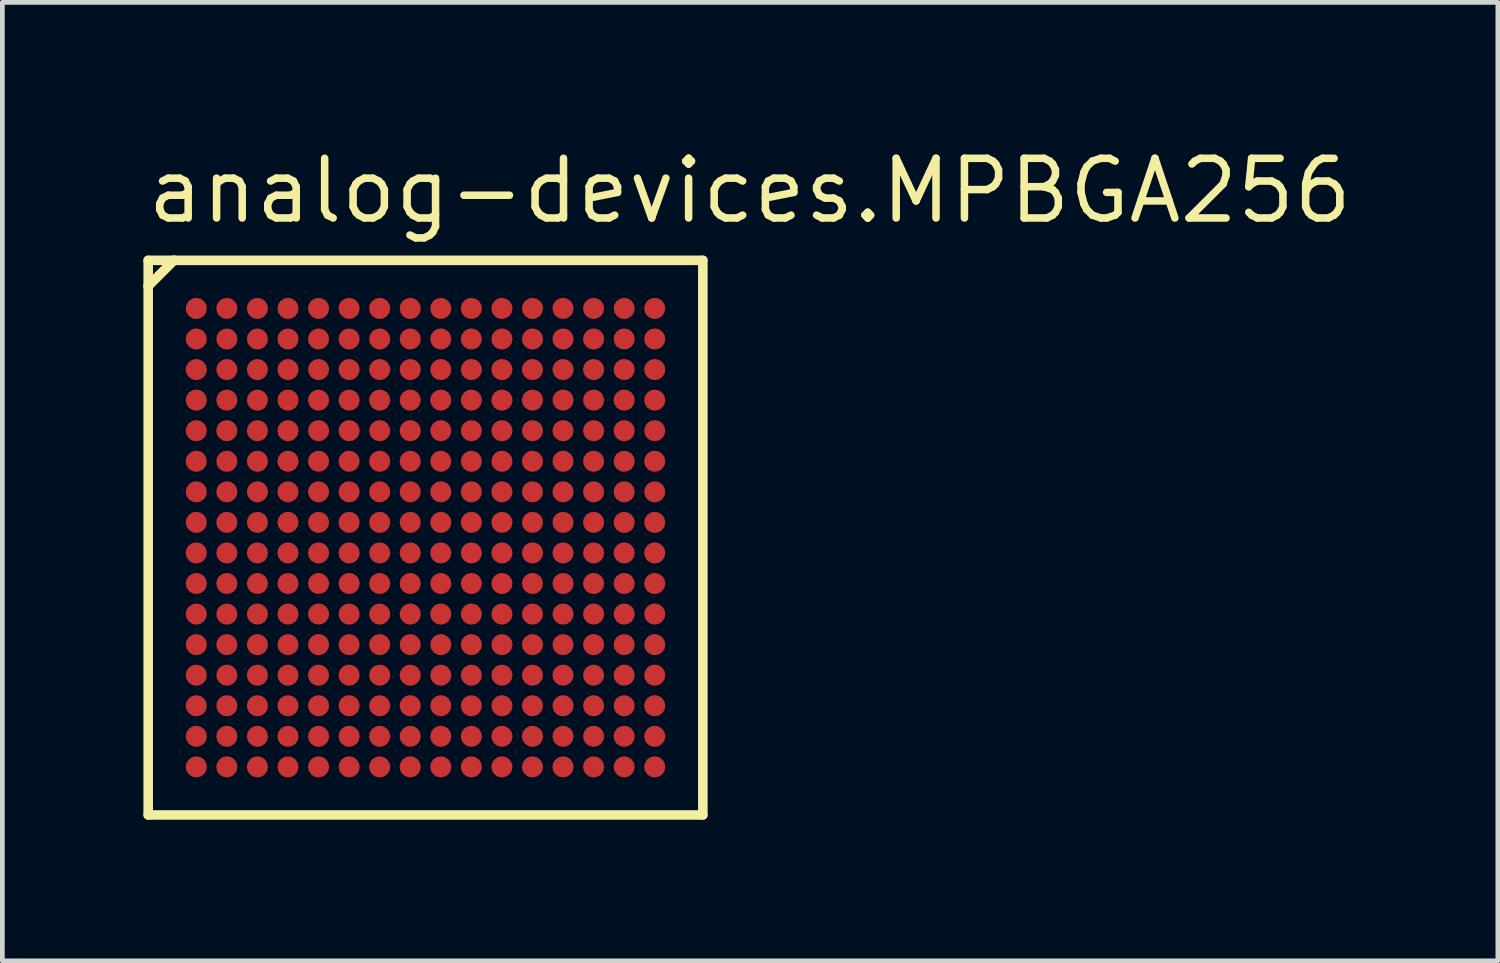
<source format=kicad_pcb>
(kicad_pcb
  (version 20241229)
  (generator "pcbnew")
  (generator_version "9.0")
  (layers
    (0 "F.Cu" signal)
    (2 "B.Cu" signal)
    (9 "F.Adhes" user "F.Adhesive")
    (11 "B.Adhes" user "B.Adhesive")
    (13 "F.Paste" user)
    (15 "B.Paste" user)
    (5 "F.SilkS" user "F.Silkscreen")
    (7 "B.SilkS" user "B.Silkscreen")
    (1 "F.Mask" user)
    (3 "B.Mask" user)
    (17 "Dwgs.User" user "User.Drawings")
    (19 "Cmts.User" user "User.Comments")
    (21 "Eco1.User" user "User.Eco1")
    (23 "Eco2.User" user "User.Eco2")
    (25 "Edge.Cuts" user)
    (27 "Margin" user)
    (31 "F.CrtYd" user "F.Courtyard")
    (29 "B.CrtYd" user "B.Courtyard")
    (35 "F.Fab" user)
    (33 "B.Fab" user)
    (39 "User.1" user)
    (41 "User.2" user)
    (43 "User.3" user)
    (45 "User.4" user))
  (footprint "analog-devices.MPBGA256"
    (layer "F.Cu")
    (at 6 8.385)
    (property "Reference" "analog-devices.MPBGA256" (at -6 -6.635 0) (layer "F.SilkS") (effects (font (size 1.27 1.27) (thickness 0.16)) (justify left bottom)))
    (attr smd)
    (fp_circle (center -4.875 -4.875) (end -4.65 -4.875) (stroke (width 0.1) (type default)) (fill no) (layer "F.Mask"))
    (fp_circle (center -4.875 -4.225) (end -4.65 -4.225) (stroke (width 0.1) (type default)) (fill no) (layer "F.Mask"))
    (fp_circle (center -4.875 -3.575) (end -4.65 -3.575) (stroke (width 0.1) (type default)) (fill no) (layer "F.Mask"))
    (fp_circle (center -4.875 -2.925) (end -4.65 -2.925) (stroke (width 0.1) (type default)) (fill no) (layer "F.Mask"))
    (fp_circle (center -4.875 -2.275) (end -4.65 -2.275) (stroke (width 0.1) (type default)) (fill no) (layer "F.Mask"))
    (fp_circle (center -4.875 -1.625) (end -4.65 -1.625) (stroke (width 0.1) (type default)) (fill no) (layer "F.Mask"))
    (fp_circle (center -4.875 -0.975) (end -4.65 -0.975) (stroke (width 0.1) (type default)) (fill no) (layer "F.Mask"))
    (fp_circle (center -4.875 -0.325) (end -4.65 -0.325) (stroke (width 0.1) (type default)) (fill no) (layer "F.Mask"))
    (fp_circle (center -4.875 0.325) (end -4.65 0.325) (stroke (width 0.1) (type default)) (fill no) (layer "F.Mask"))
    (fp_circle (center -4.875 0.975) (end -4.65 0.975) (stroke (width 0.1) (type default)) (fill no) (layer "F.Mask"))
    (fp_circle (center -4.875 1.625) (end -4.65 1.625) (stroke (width 0.1) (type default)) (fill no) (layer "F.Mask"))
    (fp_circle (center -4.875 2.275) (end -4.65 2.275) (stroke (width 0.1) (type default)) (fill no) (layer "F.Mask"))
    (fp_circle (center -4.875 2.925) (end -4.65 2.925) (stroke (width 0.1) (type default)) (fill no) (layer "F.Mask"))
    (fp_circle (center -4.875 3.575) (end -4.65 3.575) (stroke (width 0.1) (type default)) (fill no) (layer "F.Mask"))
    (fp_circle (center -4.875 4.225) (end -4.65 4.225) (stroke (width 0.1) (type default)) (fill no) (layer "F.Mask"))
    (fp_circle (center -4.875 4.875) (end -4.65 4.875) (stroke (width 0.1) (type default)) (fill no) (layer "F.Mask"))
    (fp_circle (center -4.225 -4.875) (end -4 -4.875) (stroke (width 0.1) (type default)) (fill no) (layer "F.Mask"))
    (fp_circle (center -4.225 -4.225) (end -4 -4.225) (stroke (width 0.1) (type default)) (fill no) (layer "F.Mask"))
    (fp_circle (center -4.225 -3.575) (end -4 -3.575) (stroke (width 0.1) (type default)) (fill no) (layer "F.Mask"))
    (fp_circle (center -4.225 -2.925) (end -4 -2.925) (stroke (width 0.1) (type default)) (fill no) (layer "F.Mask"))
    (fp_circle (center -4.225 -2.275) (end -4 -2.275) (stroke (width 0.1) (type default)) (fill no) (layer "F.Mask"))
    (fp_circle (center -4.225 -1.625) (end -4 -1.625) (stroke (width 0.1) (type default)) (fill no) (layer "F.Mask"))
    (fp_circle (center -4.225 -0.975) (end -4 -0.975) (stroke (width 0.1) (type default)) (fill no) (layer "F.Mask"))
    (fp_circle (center -4.225 -0.325) (end -4 -0.325) (stroke (width 0.1) (type default)) (fill no) (layer "F.Mask"))
    (fp_circle (center -4.225 0.325) (end -4 0.325) (stroke (width 0.1) (type default)) (fill no) (layer "F.Mask"))
    (fp_circle (center -4.225 0.975) (end -4 0.975) (stroke (width 0.1) (type default)) (fill no) (layer "F.Mask"))
    (fp_circle (center -4.225 1.625) (end -4 1.625) (stroke (width 0.1) (type default)) (fill no) (layer "F.Mask"))
    (fp_circle (center -4.225 2.275) (end -4 2.275) (stroke (width 0.1) (type default)) (fill no) (layer "F.Mask"))
    (fp_circle (center -4.225 2.925) (end -4 2.925) (stroke (width 0.1) (type default)) (fill no) (layer "F.Mask"))
    (fp_circle (center -4.225 3.575) (end -4 3.575) (stroke (width 0.1) (type default)) (fill no) (layer "F.Mask"))
    (fp_circle (center -4.225 4.225) (end -4 4.225) (stroke (width 0.1) (type default)) (fill no) (layer "F.Mask"))
    (fp_circle (center -4.225 4.875) (end -4 4.875) (stroke (width 0.1) (type default)) (fill no) (layer "F.Mask"))
    (fp_circle (center -3.575 -4.875) (end -3.35 -4.875) (stroke (width 0.1) (type default)) (fill no) (layer "F.Mask"))
    (fp_circle (center -3.575 -4.225) (end -3.35 -4.225) (stroke (width 0.1) (type default)) (fill no) (layer "F.Mask"))
    (fp_circle (center -3.575 -3.575) (end -3.35 -3.575) (stroke (width 0.1) (type default)) (fill no) (layer "F.Mask"))
    (fp_circle (center -3.575 -2.925) (end -3.35 -2.925) (stroke (width 0.1) (type default)) (fill no) (layer "F.Mask"))
    (fp_circle (center -3.575 -2.275) (end -3.35 -2.275) (stroke (width 0.1) (type default)) (fill no) (layer "F.Mask"))
    (fp_circle (center -3.575 -1.625) (end -3.35 -1.625) (stroke (width 0.1) (type default)) (fill no) (layer "F.Mask"))
    (fp_circle (center -3.575 -0.975) (end -3.35 -0.975) (stroke (width 0.1) (type default)) (fill no) (layer "F.Mask"))
    (fp_circle (center -3.575 -0.325) (end -3.35 -0.325) (stroke (width 0.1) (type default)) (fill no) (layer "F.Mask"))
    (fp_circle (center -3.575 0.325) (end -3.35 0.325) (stroke (width 0.1) (type default)) (fill no) (layer "F.Mask"))
    (fp_circle (center -3.575 0.975) (end -3.35 0.975) (stroke (width 0.1) (type default)) (fill no) (layer "F.Mask"))
    (fp_circle (center -3.575 1.625) (end -3.35 1.625) (stroke (width 0.1) (type default)) (fill no) (layer "F.Mask"))
    (fp_circle (center -3.575 2.275) (end -3.35 2.275) (stroke (width 0.1) (type default)) (fill no) (layer "F.Mask"))
    (fp_circle (center -3.575 2.925) (end -3.35 2.925) (stroke (width 0.1) (type default)) (fill no) (layer "F.Mask"))
    (fp_circle (center -3.575 3.575) (end -3.35 3.575) (stroke (width 0.1) (type default)) (fill no) (layer "F.Mask"))
    (fp_circle (center -3.575 4.225) (end -3.35 4.225) (stroke (width 0.1) (type default)) (fill no) (layer "F.Mask"))
    (fp_circle (center -3.575 4.875) (end -3.35 4.875) (stroke (width 0.1) (type default)) (fill no) (layer "F.Mask"))
    (fp_circle (center -2.925 -4.875) (end -2.7 -4.875) (stroke (width 0.1) (type default)) (fill no) (layer "F.Mask"))
    (fp_circle (center -2.925 -4.225) (end -2.7 -4.225) (stroke (width 0.1) (type default)) (fill no) (layer "F.Mask"))
    (fp_circle (center -2.925 -3.575) (end -2.7 -3.575) (stroke (width 0.1) (type default)) (fill no) (layer "F.Mask"))
    (fp_circle (center -2.925 -2.925) (end -2.7 -2.925) (stroke (width 0.1) (type default)) (fill no) (layer "F.Mask"))
    (fp_circle (center -2.925 -2.275) (end -2.7 -2.275) (stroke (width 0.1) (type default)) (fill no) (layer "F.Mask"))
    (fp_circle (center -2.925 -1.625) (end -2.7 -1.625) (stroke (width 0.1) (type default)) (fill no) (layer "F.Mask"))
    (fp_circle (center -2.925 -0.975) (end -2.7 -0.975) (stroke (width 0.1) (type default)) (fill no) (layer "F.Mask"))
    (fp_circle (center -2.925 -0.325) (end -2.7 -0.325) (stroke (width 0.1) (type default)) (fill no) (layer "F.Mask"))
    (fp_circle (center -2.925 0.325) (end -2.7 0.325) (stroke (width 0.1) (type default)) (fill no) (layer "F.Mask"))
    (fp_circle (center -2.925 0.975) (end -2.7 0.975) (stroke (width 0.1) (type default)) (fill no) (layer "F.Mask"))
    (fp_circle (center -2.925 1.625) (end -2.7 1.625) (stroke (width 0.1) (type default)) (fill no) (layer "F.Mask"))
    (fp_circle (center -2.925 2.275) (end -2.7 2.275) (stroke (width 0.1) (type default)) (fill no) (layer "F.Mask"))
    (fp_circle (center -2.925 2.925) (end -2.7 2.925) (stroke (width 0.1) (type default)) (fill no) (layer "F.Mask"))
    (fp_circle (center -2.925 3.575) (end -2.7 3.575) (stroke (width 0.1) (type default)) (fill no) (layer "F.Mask"))
    (fp_circle (center -2.925 4.225) (end -2.7 4.225) (stroke (width 0.1) (type default)) (fill no) (layer "F.Mask"))
    (fp_circle (center -2.925 4.875) (end -2.7 4.875) (stroke (width 0.1) (type default)) (fill no) (layer "F.Mask"))
    (fp_circle (center -2.275 -4.875) (end -2.05 -4.875) (stroke (width 0.1) (type default)) (fill no) (layer "F.Mask"))
    (fp_circle (center -2.275 -4.225) (end -2.05 -4.225) (stroke (width 0.1) (type default)) (fill no) (layer "F.Mask"))
    (fp_circle (center -2.275 -3.575) (end -2.05 -3.575) (stroke (width 0.1) (type default)) (fill no) (layer "F.Mask"))
    (fp_circle (center -2.275 -2.925) (end -2.05 -2.925) (stroke (width 0.1) (type default)) (fill no) (layer "F.Mask"))
    (fp_circle (center -2.275 -2.275) (end -2.05 -2.275) (stroke (width 0.1) (type default)) (fill no) (layer "F.Mask"))
    (fp_circle (center -2.275 -1.625) (end -2.05 -1.625) (stroke (width 0.1) (type default)) (fill no) (layer "F.Mask"))
    (fp_circle (center -2.275 -0.975) (end -2.05 -0.975) (stroke (width 0.1) (type default)) (fill no) (layer "F.Mask"))
    (fp_circle (center -2.275 -0.325) (end -2.05 -0.325) (stroke (width 0.1) (type default)) (fill no) (layer "F.Mask"))
    (fp_circle (center -2.275 0.325) (end -2.05 0.325) (stroke (width 0.1) (type default)) (fill no) (layer "F.Mask"))
    (fp_circle (center -2.275 0.975) (end -2.05 0.975) (stroke (width 0.1) (type default)) (fill no) (layer "F.Mask"))
    (fp_circle (center -2.275 1.625) (end -2.05 1.625) (stroke (width 0.1) (type default)) (fill no) (layer "F.Mask"))
    (fp_circle (center -2.275 2.275) (end -2.05 2.275) (stroke (width 0.1) (type default)) (fill no) (layer "F.Mask"))
    (fp_circle (center -2.275 2.925) (end -2.05 2.925) (stroke (width 0.1) (type default)) (fill no) (layer "F.Mask"))
    (fp_circle (center -2.275 3.575) (end -2.05 3.575) (stroke (width 0.1) (type default)) (fill no) (layer "F.Mask"))
    (fp_circle (center -2.275 4.225) (end -2.05 4.225) (stroke (width 0.1) (type default)) (fill no) (layer "F.Mask"))
    (fp_circle (center -2.275 4.875) (end -2.05 4.875) (stroke (width 0.1) (type default)) (fill no) (layer "F.Mask"))
    (fp_circle (center -1.625 -4.875) (end -1.4 -4.875) (stroke (width 0.1) (type default)) (fill no) (layer "F.Mask"))
    (fp_circle (center -1.625 -4.225) (end -1.4 -4.225) (stroke (width 0.1) (type default)) (fill no) (layer "F.Mask"))
    (fp_circle (center -1.625 -3.575) (end -1.4 -3.575) (stroke (width 0.1) (type default)) (fill no) (layer "F.Mask"))
    (fp_circle (center -1.625 -2.925) (end -1.4 -2.925) (stroke (width 0.1) (type default)) (fill no) (layer "F.Mask"))
    (fp_circle (center -1.625 -2.275) (end -1.4 -2.275) (stroke (width 0.1) (type default)) (fill no) (layer "F.Mask"))
    (fp_circle (center -1.625 -1.625) (end -1.4 -1.625) (stroke (width 0.1) (type default)) (fill no) (layer "F.Mask"))
    (fp_circle (center -1.625 -0.975) (end -1.4 -0.975) (stroke (width 0.1) (type default)) (fill no) (layer "F.Mask"))
    (fp_circle (center -1.625 -0.325) (end -1.4 -0.325) (stroke (width 0.1) (type default)) (fill no) (layer "F.Mask"))
    (fp_circle (center -1.625 0.325) (end -1.4 0.325) (stroke (width 0.1) (type default)) (fill no) (layer "F.Mask"))
    (fp_circle (center -1.625 0.975) (end -1.4 0.975) (stroke (width 0.1) (type default)) (fill no) (layer "F.Mask"))
    (fp_circle (center -1.625 1.625) (end -1.4 1.625) (stroke (width 0.1) (type default)) (fill no) (layer "F.Mask"))
    (fp_circle (center -1.625 2.275) (end -1.4 2.275) (stroke (width 0.1) (type default)) (fill no) (layer "F.Mask"))
    (fp_circle (center -1.625 2.925) (end -1.4 2.925) (stroke (width 0.1) (type default)) (fill no) (layer "F.Mask"))
    (fp_circle (center -1.625 3.575) (end -1.4 3.575) (stroke (width 0.1) (type default)) (fill no) (layer "F.Mask"))
    (fp_circle (center -1.625 4.225) (end -1.4 4.225) (stroke (width 0.1) (type default)) (fill no) (layer "F.Mask"))
    (fp_circle (center -1.625 4.875) (end -1.4 4.875) (stroke (width 0.1) (type default)) (fill no) (layer "F.Mask"))
    (fp_circle (center -0.975 -4.875) (end -0.75 -4.875) (stroke (width 0.1) (type default)) (fill no) (layer "F.Mask"))
    (fp_circle (center -0.975 -4.225) (end -0.75 -4.225) (stroke (width 0.1) (type default)) (fill no) (layer "F.Mask"))
    (fp_circle (center -0.975 -3.575) (end -0.75 -3.575) (stroke (width 0.1) (type default)) (fill no) (layer "F.Mask"))
    (fp_circle (center -0.975 -2.925) (end -0.75 -2.925) (stroke (width 0.1) (type default)) (fill no) (layer "F.Mask"))
    (fp_circle (center -0.975 -2.275) (end -0.75 -2.275) (stroke (width 0.1) (type default)) (fill no) (layer "F.Mask"))
    (fp_circle (center -0.975 -1.625) (end -0.75 -1.625) (stroke (width 0.1) (type default)) (fill no) (layer "F.Mask"))
    (fp_circle (center -0.975 -0.975) (end -0.75 -0.975) (stroke (width 0.1) (type default)) (fill no) (layer "F.Mask"))
    (fp_circle (center -0.975 -0.325) (end -0.75 -0.325) (stroke (width 0.1) (type default)) (fill no) (layer "F.Mask"))
    (fp_circle (center -0.975 0.325) (end -0.75 0.325) (stroke (width 0.1) (type default)) (fill no) (layer "F.Mask"))
    (fp_circle (center -0.975 0.975) (end -0.75 0.975) (stroke (width 0.1) (type default)) (fill no) (layer "F.Mask"))
    (fp_circle (center -0.975 1.625) (end -0.75 1.625) (stroke (width 0.1) (type default)) (fill no) (layer "F.Mask"))
    (fp_circle (center -0.975 2.275) (end -0.75 2.275) (stroke (width 0.1) (type default)) (fill no) (layer "F.Mask"))
    (fp_circle (center -0.975 2.925) (end -0.75 2.925) (stroke (width 0.1) (type default)) (fill no) (layer "F.Mask"))
    (fp_circle (center -0.975 3.575) (end -0.75 3.575) (stroke (width 0.1) (type default)) (fill no) (layer "F.Mask"))
    (fp_circle (center -0.975 4.225) (end -0.75 4.225) (stroke (width 0.1) (type default)) (fill no) (layer "F.Mask"))
    (fp_circle (center -0.975 4.875) (end -0.75 4.875) (stroke (width 0.1) (type default)) (fill no) (layer "F.Mask"))
    (fp_circle (center -0.325 -4.875) (end -0.1 -4.875) (stroke (width 0.1) (type default)) (fill no) (layer "F.Mask"))
    (fp_circle (center -0.325 -4.225) (end -0.1 -4.225) (stroke (width 0.1) (type default)) (fill no) (layer "F.Mask"))
    (fp_circle (center -0.325 -3.575) (end -0.1 -3.575) (stroke (width 0.1) (type default)) (fill no) (layer "F.Mask"))
    (fp_circle (center -0.325 -2.925) (end -0.1 -2.925) (stroke (width 0.1) (type default)) (fill no) (layer "F.Mask"))
    (fp_circle (center -0.325 -2.275) (end -0.1 -2.275) (stroke (width 0.1) (type default)) (fill no) (layer "F.Mask"))
    (fp_circle (center -0.325 -1.625) (end -0.1 -1.625) (stroke (width 0.1) (type default)) (fill no) (layer "F.Mask"))
    (fp_circle (center -0.325 -0.975) (end -0.1 -0.975) (stroke (width 0.1) (type default)) (fill no) (layer "F.Mask"))
    (fp_circle (center -0.325 -0.325) (end -0.1 -0.325) (stroke (width 0.1) (type default)) (fill no) (layer "F.Mask"))
    (fp_circle (center -0.325 0.325) (end -0.1 0.325) (stroke (width 0.1) (type default)) (fill no) (layer "F.Mask"))
    (fp_circle (center -0.325 0.975) (end -0.1 0.975) (stroke (width 0.1) (type default)) (fill no) (layer "F.Mask"))
    (fp_circle (center -0.325 1.625) (end -0.1 1.625) (stroke (width 0.1) (type default)) (fill no) (layer "F.Mask"))
    (fp_circle (center -0.325 2.275) (end -0.1 2.275) (stroke (width 0.1) (type default)) (fill no) (layer "F.Mask"))
    (fp_circle (center -0.325 2.925) (end -0.1 2.925) (stroke (width 0.1) (type default)) (fill no) (layer "F.Mask"))
    (fp_circle (center -0.325 3.575) (end -0.1 3.575) (stroke (width 0.1) (type default)) (fill no) (layer "F.Mask"))
    (fp_circle (center -0.325 4.225) (end -0.1 4.225) (stroke (width 0.1) (type default)) (fill no) (layer "F.Mask"))
    (fp_circle (center -0.325 4.875) (end -0.1 4.875) (stroke (width 0.1) (type default)) (fill no) (layer "F.Mask"))
    (fp_circle (center 0.325 -4.875) (end 0.55 -4.875) (stroke (width 0.1) (type default)) (fill no) (layer "F.Mask"))
    (fp_circle (center 0.325 -4.225) (end 0.55 -4.225) (stroke (width 0.1) (type default)) (fill no) (layer "F.Mask"))
    (fp_circle (center 0.325 -3.575) (end 0.55 -3.575) (stroke (width 0.1) (type default)) (fill no) (layer "F.Mask"))
    (fp_circle (center 0.325 -2.925) (end 0.55 -2.925) (stroke (width 0.1) (type default)) (fill no) (layer "F.Mask"))
    (fp_circle (center 0.325 -2.275) (end 0.55 -2.275) (stroke (width 0.1) (type default)) (fill no) (layer "F.Mask"))
    (fp_circle (center 0.325 -1.625) (end 0.55 -1.625) (stroke (width 0.1) (type default)) (fill no) (layer "F.Mask"))
    (fp_circle (center 0.325 -0.975) (end 0.55 -0.975) (stroke (width 0.1) (type default)) (fill no) (layer "F.Mask"))
    (fp_circle (center 0.325 -0.325) (end 0.55 -0.325) (stroke (width 0.1) (type default)) (fill no) (layer "F.Mask"))
    (fp_circle (center 0.325 0.325) (end 0.55 0.325) (stroke (width 0.1) (type default)) (fill no) (layer "F.Mask"))
    (fp_circle (center 0.325 0.975) (end 0.55 0.975) (stroke (width 0.1) (type default)) (fill no) (layer "F.Mask"))
    (fp_circle (center 0.325 1.625) (end 0.55 1.625) (stroke (width 0.1) (type default)) (fill no) (layer "F.Mask"))
    (fp_circle (center 0.325 2.275) (end 0.55 2.275) (stroke (width 0.1) (type default)) (fill no) (layer "F.Mask"))
    (fp_circle (center 0.325 2.925) (end 0.55 2.925) (stroke (width 0.1) (type default)) (fill no) (layer "F.Mask"))
    (fp_circle (center 0.325 3.575) (end 0.55 3.575) (stroke (width 0.1) (type default)) (fill no) (layer "F.Mask"))
    (fp_circle (center 0.325 4.225) (end 0.55 4.225) (stroke (width 0.1) (type default)) (fill no) (layer "F.Mask"))
    (fp_circle (center 0.325 4.875) (end 0.55 4.875) (stroke (width 0.1) (type default)) (fill no) (layer "F.Mask"))
    (fp_circle (center 0.975 -4.875) (end 1.2 -4.875) (stroke (width 0.1) (type default)) (fill no) (layer "F.Mask"))
    (fp_circle (center 0.975 -4.225) (end 1.2 -4.225) (stroke (width 0.1) (type default)) (fill no) (layer "F.Mask"))
    (fp_circle (center 0.975 -3.575) (end 1.2 -3.575) (stroke (width 0.1) (type default)) (fill no) (layer "F.Mask"))
    (fp_circle (center 0.975 -2.925) (end 1.2 -2.925) (stroke (width 0.1) (type default)) (fill no) (layer "F.Mask"))
    (fp_circle (center 0.975 -2.275) (end 1.2 -2.275) (stroke (width 0.1) (type default)) (fill no) (layer "F.Mask"))
    (fp_circle (center 0.975 -1.625) (end 1.2 -1.625) (stroke (width 0.1) (type default)) (fill no) (layer "F.Mask"))
    (fp_circle (center 0.975 -0.975) (end 1.2 -0.975) (stroke (width 0.1) (type default)) (fill no) (layer "F.Mask"))
    (fp_circle (center 0.975 -0.325) (end 1.2 -0.325) (stroke (width 0.1) (type default)) (fill no) (layer "F.Mask"))
    (fp_circle (center 0.975 0.325) (end 1.2 0.325) (stroke (width 0.1) (type default)) (fill no) (layer "F.Mask"))
    (fp_circle (center 0.975 0.975) (end 1.2 0.975) (stroke (width 0.1) (type default)) (fill no) (layer "F.Mask"))
    (fp_circle (center 0.975 1.625) (end 1.2 1.625) (stroke (width 0.1) (type default)) (fill no) (layer "F.Mask"))
    (fp_circle (center 0.975 2.275) (end 1.2 2.275) (stroke (width 0.1) (type default)) (fill no) (layer "F.Mask"))
    (fp_circle (center 0.975 2.925) (end 1.2 2.925) (stroke (width 0.1) (type default)) (fill no) (layer "F.Mask"))
    (fp_circle (center 0.975 3.575) (end 1.2 3.575) (stroke (width 0.1) (type default)) (fill no) (layer "F.Mask"))
    (fp_circle (center 0.975 4.225) (end 1.2 4.225) (stroke (width 0.1) (type default)) (fill no) (layer "F.Mask"))
    (fp_circle (center 0.975 4.875) (end 1.2 4.875) (stroke (width 0.1) (type default)) (fill no) (layer "F.Mask"))
    (fp_circle (center 1.625 -4.875) (end 1.85 -4.875) (stroke (width 0.1) (type default)) (fill no) (layer "F.Mask"))
    (fp_circle (center 1.625 -4.225) (end 1.85 -4.225) (stroke (width 0.1) (type default)) (fill no) (layer "F.Mask"))
    (fp_circle (center 1.625 -3.575) (end 1.85 -3.575) (stroke (width 0.1) (type default)) (fill no) (layer "F.Mask"))
    (fp_circle (center 1.625 -2.925) (end 1.85 -2.925) (stroke (width 0.1) (type default)) (fill no) (layer "F.Mask"))
    (fp_circle (center 1.625 -2.275) (end 1.85 -2.275) (stroke (width 0.1) (type default)) (fill no) (layer "F.Mask"))
    (fp_circle (center 1.625 -1.625) (end 1.85 -1.625) (stroke (width 0.1) (type default)) (fill no) (layer "F.Mask"))
    (fp_circle (center 1.625 -0.975) (end 1.85 -0.975) (stroke (width 0.1) (type default)) (fill no) (layer "F.Mask"))
    (fp_circle (center 1.625 -0.325) (end 1.85 -0.325) (stroke (width 0.1) (type default)) (fill no) (layer "F.Mask"))
    (fp_circle (center 1.625 0.325) (end 1.85 0.325) (stroke (width 0.1) (type default)) (fill no) (layer "F.Mask"))
    (fp_circle (center 1.625 0.975) (end 1.85 0.975) (stroke (width 0.1) (type default)) (fill no) (layer "F.Mask"))
    (fp_circle (center 1.625 1.625) (end 1.85 1.625) (stroke (width 0.1) (type default)) (fill no) (layer "F.Mask"))
    (fp_circle (center 1.625 2.275) (end 1.85 2.275) (stroke (width 0.1) (type default)) (fill no) (layer "F.Mask"))
    (fp_circle (center 1.625 2.925) (end 1.85 2.925) (stroke (width 0.1) (type default)) (fill no) (layer "F.Mask"))
    (fp_circle (center 1.625 3.575) (end 1.85 3.575) (stroke (width 0.1) (type default)) (fill no) (layer "F.Mask"))
    (fp_circle (center 1.625 4.225) (end 1.85 4.225) (stroke (width 0.1) (type default)) (fill no) (layer "F.Mask"))
    (fp_circle (center 1.625 4.875) (end 1.85 4.875) (stroke (width 0.1) (type default)) (fill no) (layer "F.Mask"))
    (fp_circle (center 2.275 -4.875) (end 2.5 -4.875) (stroke (width 0.1) (type default)) (fill no) (layer "F.Mask"))
    (fp_circle (center 2.275 -4.225) (end 2.5 -4.225) (stroke (width 0.1) (type default)) (fill no) (layer "F.Mask"))
    (fp_circle (center 2.275 -3.575) (end 2.5 -3.575) (stroke (width 0.1) (type default)) (fill no) (layer "F.Mask"))
    (fp_circle (center 2.275 -2.925) (end 2.5 -2.925) (stroke (width 0.1) (type default)) (fill no) (layer "F.Mask"))
    (fp_circle (center 2.275 -2.275) (end 2.5 -2.275) (stroke (width 0.1) (type default)) (fill no) (layer "F.Mask"))
    (fp_circle (center 2.275 -1.625) (end 2.5 -1.625) (stroke (width 0.1) (type default)) (fill no) (layer "F.Mask"))
    (fp_circle (center 2.275 -0.975) (end 2.5 -0.975) (stroke (width 0.1) (type default)) (fill no) (layer "F.Mask"))
    (fp_circle (center 2.275 -0.325) (end 2.5 -0.325) (stroke (width 0.1) (type default)) (fill no) (layer "F.Mask"))
    (fp_circle (center 2.275 0.325) (end 2.5 0.325) (stroke (width 0.1) (type default)) (fill no) (layer "F.Mask"))
    (fp_circle (center 2.275 0.975) (end 2.5 0.975) (stroke (width 0.1) (type default)) (fill no) (layer "F.Mask"))
    (fp_circle (center 2.275 1.625) (end 2.5 1.625) (stroke (width 0.1) (type default)) (fill no) (layer "F.Mask"))
    (fp_circle (center 2.275 2.275) (end 2.5 2.275) (stroke (width 0.1) (type default)) (fill no) (layer "F.Mask"))
    (fp_circle (center 2.275 2.925) (end 2.5 2.925) (stroke (width 0.1) (type default)) (fill no) (layer "F.Mask"))
    (fp_circle (center 2.275 3.575) (end 2.5 3.575) (stroke (width 0.1) (type default)) (fill no) (layer "F.Mask"))
    (fp_circle (center 2.275 4.225) (end 2.5 4.225) (stroke (width 0.1) (type default)) (fill no) (layer "F.Mask"))
    (fp_circle (center 2.275 4.875) (end 2.5 4.875) (stroke (width 0.1) (type default)) (fill no) (layer "F.Mask"))
    (fp_circle (center 2.925 -4.875) (end 3.15 -4.875) (stroke (width 0.1) (type default)) (fill no) (layer "F.Mask"))
    (fp_circle (center 2.925 -4.225) (end 3.15 -4.225) (stroke (width 0.1) (type default)) (fill no) (layer "F.Mask"))
    (fp_circle (center 2.925 -3.575) (end 3.15 -3.575) (stroke (width 0.1) (type default)) (fill no) (layer "F.Mask"))
    (fp_circle (center 2.925 -2.925) (end 3.15 -2.925) (stroke (width 0.1) (type default)) (fill no) (layer "F.Mask"))
    (fp_circle (center 2.925 -2.275) (end 3.15 -2.275) (stroke (width 0.1) (type default)) (fill no) (layer "F.Mask"))
    (fp_circle (center 2.925 -1.625) (end 3.15 -1.625) (stroke (width 0.1) (type default)) (fill no) (layer "F.Mask"))
    (fp_circle (center 2.925 -0.975) (end 3.15 -0.975) (stroke (width 0.1) (type default)) (fill no) (layer "F.Mask"))
    (fp_circle (center 2.925 -0.325) (end 3.15 -0.325) (stroke (width 0.1) (type default)) (fill no) (layer "F.Mask"))
    (fp_circle (center 2.925 0.325) (end 3.15 0.325) (stroke (width 0.1) (type default)) (fill no) (layer "F.Mask"))
    (fp_circle (center 2.925 0.975) (end 3.15 0.975) (stroke (width 0.1) (type default)) (fill no) (layer "F.Mask"))
    (fp_circle (center 2.925 1.625) (end 3.15 1.625) (stroke (width 0.1) (type default)) (fill no) (layer "F.Mask"))
    (fp_circle (center 2.925 2.275) (end 3.15 2.275) (stroke (width 0.1) (type default)) (fill no) (layer "F.Mask"))
    (fp_circle (center 2.925 2.925) (end 3.15 2.925) (stroke (width 0.1) (type default)) (fill no) (layer "F.Mask"))
    (fp_circle (center 2.925 3.575) (end 3.15 3.575) (stroke (width 0.1) (type default)) (fill no) (layer "F.Mask"))
    (fp_circle (center 2.925 4.225) (end 3.15 4.225) (stroke (width 0.1) (type default)) (fill no) (layer "F.Mask"))
    (fp_circle (center 2.925 4.875) (end 3.15 4.875) (stroke (width 0.1) (type default)) (fill no) (layer "F.Mask"))
    (fp_circle (center 3.575 -4.875) (end 3.8 -4.875) (stroke (width 0.1) (type default)) (fill no) (layer "F.Mask"))
    (fp_circle (center 3.575 -4.225) (end 3.8 -4.225) (stroke (width 0.1) (type default)) (fill no) (layer "F.Mask"))
    (fp_circle (center 3.575 -3.575) (end 3.8 -3.575) (stroke (width 0.1) (type default)) (fill no) (layer "F.Mask"))
    (fp_circle (center 3.575 -2.925) (end 3.8 -2.925) (stroke (width 0.1) (type default)) (fill no) (layer "F.Mask"))
    (fp_circle (center 3.575 -2.275) (end 3.8 -2.275) (stroke (width 0.1) (type default)) (fill no) (layer "F.Mask"))
    (fp_circle (center 3.575 -1.625) (end 3.8 -1.625) (stroke (width 0.1) (type default)) (fill no) (layer "F.Mask"))
    (fp_circle (center 3.575 -0.975) (end 3.8 -0.975) (stroke (width 0.1) (type default)) (fill no) (layer "F.Mask"))
    (fp_circle (center 3.575 -0.325) (end 3.8 -0.325) (stroke (width 0.1) (type default)) (fill no) (layer "F.Mask"))
    (fp_circle (center 3.575 0.325) (end 3.8 0.325) (stroke (width 0.1) (type default)) (fill no) (layer "F.Mask"))
    (fp_circle (center 3.575 0.975) (end 3.8 0.975) (stroke (width 0.1) (type default)) (fill no) (layer "F.Mask"))
    (fp_circle (center 3.575 1.625) (end 3.8 1.625) (stroke (width 0.1) (type default)) (fill no) (layer "F.Mask"))
    (fp_circle (center 3.575 2.275) (end 3.8 2.275) (stroke (width 0.1) (type default)) (fill no) (layer "F.Mask"))
    (fp_circle (center 3.575 2.925) (end 3.8 2.925) (stroke (width 0.1) (type default)) (fill no) (layer "F.Mask"))
    (fp_circle (center 3.575 3.575) (end 3.8 3.575) (stroke (width 0.1) (type default)) (fill no) (layer "F.Mask"))
    (fp_circle (center 3.575 4.225) (end 3.8 4.225) (stroke (width 0.1) (type default)) (fill no) (layer "F.Mask"))
    (fp_circle (center 3.575 4.875) (end 3.8 4.875) (stroke (width 0.1) (type default)) (fill no) (layer "F.Mask"))
    (fp_circle (center 4.225 -4.875) (end 4.45 -4.875) (stroke (width 0.1) (type default)) (fill no) (layer "F.Mask"))
    (fp_circle (center 4.225 -4.225) (end 4.45 -4.225) (stroke (width 0.1) (type default)) (fill no) (layer "F.Mask"))
    (fp_circle (center 4.225 -3.575) (end 4.45 -3.575) (stroke (width 0.1) (type default)) (fill no) (layer "F.Mask"))
    (fp_circle (center 4.225 -2.925) (end 4.45 -2.925) (stroke (width 0.1) (type default)) (fill no) (layer "F.Mask"))
    (fp_circle (center 4.225 -2.275) (end 4.45 -2.275) (stroke (width 0.1) (type default)) (fill no) (layer "F.Mask"))
    (fp_circle (center 4.225 -1.625) (end 4.45 -1.625) (stroke (width 0.1) (type default)) (fill no) (layer "F.Mask"))
    (fp_circle (center 4.225 -0.975) (end 4.45 -0.975) (stroke (width 0.1) (type default)) (fill no) (layer "F.Mask"))
    (fp_circle (center 4.225 -0.325) (end 4.45 -0.325) (stroke (width 0.1) (type default)) (fill no) (layer "F.Mask"))
    (fp_circle (center 4.225 0.325) (end 4.45 0.325) (stroke (width 0.1) (type default)) (fill no) (layer "F.Mask"))
    (fp_circle (center 4.225 0.975) (end 4.45 0.975) (stroke (width 0.1) (type default)) (fill no) (layer "F.Mask"))
    (fp_circle (center 4.225 1.625) (end 4.45 1.625) (stroke (width 0.1) (type default)) (fill no) (layer "F.Mask"))
    (fp_circle (center 4.225 2.275) (end 4.45 2.275) (stroke (width 0.1) (type default)) (fill no) (layer "F.Mask"))
    (fp_circle (center 4.225 2.925) (end 4.45 2.925) (stroke (width 0.1) (type default)) (fill no) (layer "F.Mask"))
    (fp_circle (center 4.225 3.575) (end 4.45 3.575) (stroke (width 0.1) (type default)) (fill no) (layer "F.Mask"))
    (fp_circle (center 4.225 4.225) (end 4.45 4.225) (stroke (width 0.1) (type default)) (fill no) (layer "F.Mask"))
    (fp_circle (center 4.225 4.875) (end 4.45 4.875) (stroke (width 0.1) (type default)) (fill no) (layer "F.Mask"))
    (fp_circle (center 4.875 -4.875) (end 5.1 -4.875) (stroke (width 0.1) (type default)) (fill no) (layer "F.Mask"))
    (fp_circle (center 4.875 -4.225) (end 5.1 -4.225) (stroke (width 0.1) (type default)) (fill no) (layer "F.Mask"))
    (fp_circle (center 4.875 -3.575) (end 5.1 -3.575) (stroke (width 0.1) (type default)) (fill no) (layer "F.Mask"))
    (fp_circle (center 4.875 -2.925) (end 5.1 -2.925) (stroke (width 0.1) (type default)) (fill no) (layer "F.Mask"))
    (fp_circle (center 4.875 -2.275) (end 5.1 -2.275) (stroke (width 0.1) (type default)) (fill no) (layer "F.Mask"))
    (fp_circle (center 4.875 -1.625) (end 5.1 -1.625) (stroke (width 0.1) (type default)) (fill no) (layer "F.Mask"))
    (fp_circle (center 4.875 -0.975) (end 5.1 -0.975) (stroke (width 0.1) (type default)) (fill no) (layer "F.Mask"))
    (fp_circle (center 4.875 -0.325) (end 5.1 -0.325) (stroke (width 0.1) (type default)) (fill no) (layer "F.Mask"))
    (fp_circle (center 4.875 0.325) (end 5.1 0.325) (stroke (width 0.1) (type default)) (fill no) (layer "F.Mask"))
    (fp_circle (center 4.875 0.975) (end 5.1 0.975) (stroke (width 0.1) (type default)) (fill no) (layer "F.Mask"))
    (fp_circle (center 4.875 1.625) (end 5.1 1.625) (stroke (width 0.1) (type default)) (fill no) (layer "F.Mask"))
    (fp_circle (center 4.875 2.275) (end 5.1 2.275) (stroke (width 0.1) (type default)) (fill no) (layer "F.Mask"))
    (fp_circle (center 4.875 2.925) (end 5.1 2.925) (stroke (width 0.1) (type default)) (fill no) (layer "F.Mask"))
    (fp_circle (center 4.875 3.575) (end 5.1 3.575) (stroke (width 0.1) (type default)) (fill no) (layer "F.Mask"))
    (fp_circle (center 4.875 4.225) (end 5.1 4.225) (stroke (width 0.1) (type default)) (fill no) (layer "F.Mask"))
    (fp_circle (center 4.875 4.875) (end 5.1 4.875) (stroke (width 0.1) (type default)) (fill no) (layer "F.Mask"))
    (fp_line (start -5.898 -5.898) (end -5.898 -5.35) (stroke (width 0.203) (type default)) (layer "F.SilkS"))
    (fp_line (start -5.898 -5.35) (end -5.898 5.898) (stroke (width 0.203) (type default)) (layer "F.SilkS"))
    (fp_line (start -5.898 -5.35) (end -5.35 -5.898) (stroke (width 0.203) (type default)) (layer "F.SilkS"))
    (fp_line (start -5.898 5.898) (end 5.898 5.898) (stroke (width 0.203) (type default)) (layer "F.SilkS"))
    (fp_line (start -5.35 -5.898) (end -5.898 -5.898) (stroke (width 0.203) (type default)) (layer "F.SilkS"))
    (fp_line (start 5.898 -5.898) (end -5.35 -5.898) (stroke (width 0.203) (type default)) (layer "F.SilkS"))
    (fp_line (start 5.898 5.898) (end 5.898 -5.898) (stroke (width 0.203) (type default)) (layer "F.SilkS"))
    (pad "A1" smd roundrect (at -4.875 -4.875) (size 0.45 0.45) (layers "F.Cu" "F.Mask" "F.Paste") (roundrect_rratio 0.5))
    (pad "A2" smd roundrect (at -4.225 -4.875) (size 0.45 0.45) (layers "F.Cu" "F.Mask" "F.Paste") (roundrect_rratio 0.5))
    (pad "A3" smd roundrect (at -3.575 -4.875) (size 0.45 0.45) (layers "F.Cu" "F.Mask" "F.Paste") (roundrect_rratio 0.5))
    (pad "A4" smd roundrect (at -2.925 -4.875) (size 0.45 0.45) (layers "F.Cu" "F.Mask" "F.Paste") (roundrect_rratio 0.5))
    (pad "A5" smd roundrect (at -2.275 -4.875) (size 0.45 0.45) (layers "F.Cu" "F.Mask" "F.Paste") (roundrect_rratio 0.5))
    (pad "A6" smd roundrect (at -1.625 -4.875) (size 0.45 0.45) (layers "F.Cu" "F.Mask" "F.Paste") (roundrect_rratio 0.5))
    (pad "A7" smd roundrect (at -0.975 -4.875) (size 0.45 0.45) (layers "F.Cu" "F.Mask" "F.Paste") (roundrect_rratio 0.5))
    (pad "A8" smd roundrect (at -0.325 -4.875) (size 0.45 0.45) (layers "F.Cu" "F.Mask" "F.Paste") (roundrect_rratio 0.5))
    (pad "A9" smd roundrect (at 0.325 -4.875) (size 0.45 0.45) (layers "F.Cu" "F.Mask" "F.Paste") (roundrect_rratio 0.5))
    (pad "A10" smd roundrect (at 0.975 -4.875) (size 0.45 0.45) (layers "F.Cu" "F.Mask" "F.Paste") (roundrect_rratio 0.5))
    (pad "A11" smd roundrect (at 1.625 -4.875) (size 0.45 0.45) (layers "F.Cu" "F.Mask" "F.Paste") (roundrect_rratio 0.5))
    (pad "A12" smd roundrect (at 2.275 -4.875) (size 0.45 0.45) (layers "F.Cu" "F.Mask" "F.Paste") (roundrect_rratio 0.5))
    (pad "A13" smd roundrect (at 2.925 -4.875) (size 0.45 0.45) (layers "F.Cu" "F.Mask" "F.Paste") (roundrect_rratio 0.5))
    (pad "A14" smd roundrect (at 3.575 -4.875) (size 0.45 0.45) (layers "F.Cu" "F.Mask" "F.Paste") (roundrect_rratio 0.5))
    (pad "A15" smd roundrect (at 4.225 -4.875) (size 0.45 0.45) (layers "F.Cu" "F.Mask" "F.Paste") (roundrect_rratio 0.5))
    (pad "A16" smd roundrect (at 4.875 -4.875) (size 0.45 0.45) (layers "F.Cu" "F.Mask" "F.Paste") (roundrect_rratio 0.5))
    (pad "B1" smd roundrect (at -4.875 -4.225) (size 0.45 0.45) (layers "F.Cu" "F.Mask" "F.Paste") (roundrect_rratio 0.5))
    (pad "B2" smd roundrect (at -4.225 -4.225) (size 0.45 0.45) (layers "F.Cu" "F.Mask" "F.Paste") (roundrect_rratio 0.5))
    (pad "B3" smd roundrect (at -3.575 -4.225) (size 0.45 0.45) (layers "F.Cu" "F.Mask" "F.Paste") (roundrect_rratio 0.5))
    (pad "B4" smd roundrect (at -2.925 -4.225) (size 0.45 0.45) (layers "F.Cu" "F.Mask" "F.Paste") (roundrect_rratio 0.5))
    (pad "B5" smd roundrect (at -2.275 -4.225) (size 0.45 0.45) (layers "F.Cu" "F.Mask" "F.Paste") (roundrect_rratio 0.5))
    (pad "B6" smd roundrect (at -1.625 -4.225) (size 0.45 0.45) (layers "F.Cu" "F.Mask" "F.Paste") (roundrect_rratio 0.5))
    (pad "B7" smd roundrect (at -0.975 -4.225) (size 0.45 0.45) (layers "F.Cu" "F.Mask" "F.Paste") (roundrect_rratio 0.5))
    (pad "B8" smd roundrect (at -0.325 -4.225) (size 0.45 0.45) (layers "F.Cu" "F.Mask" "F.Paste") (roundrect_rratio 0.5))
    (pad "B9" smd roundrect (at 0.325 -4.225) (size 0.45 0.45) (layers "F.Cu" "F.Mask" "F.Paste") (roundrect_rratio 0.5))
    (pad "B10" smd roundrect (at 0.975 -4.225) (size 0.45 0.45) (layers "F.Cu" "F.Mask" "F.Paste") (roundrect_rratio 0.5))
    (pad "B11" smd roundrect (at 1.625 -4.225) (size 0.45 0.45) (layers "F.Cu" "F.Mask" "F.Paste") (roundrect_rratio 0.5))
    (pad "B12" smd roundrect (at 2.275 -4.225) (size 0.45 0.45) (layers "F.Cu" "F.Mask" "F.Paste") (roundrect_rratio 0.5))
    (pad "B13" smd roundrect (at 2.925 -4.225) (size 0.45 0.45) (layers "F.Cu" "F.Mask" "F.Paste") (roundrect_rratio 0.5))
    (pad "B14" smd roundrect (at 3.575 -4.225) (size 0.45 0.45) (layers "F.Cu" "F.Mask" "F.Paste") (roundrect_rratio 0.5))
    (pad "B15" smd roundrect (at 4.225 -4.225) (size 0.45 0.45) (layers "F.Cu" "F.Mask" "F.Paste") (roundrect_rratio 0.5))
    (pad "B16" smd roundrect (at 4.875 -4.225) (size 0.45 0.45) (layers "F.Cu" "F.Mask" "F.Paste") (roundrect_rratio 0.5))
    (pad "C1" smd roundrect (at -4.875 -3.575) (size 0.45 0.45) (layers "F.Cu" "F.Mask" "F.Paste") (roundrect_rratio 0.5))
    (pad "C2" smd roundrect (at -4.225 -3.575) (size 0.45 0.45) (layers "F.Cu" "F.Mask" "F.Paste") (roundrect_rratio 0.5))
    (pad "C3" smd roundrect (at -3.575 -3.575) (size 0.45 0.45) (layers "F.Cu" "F.Mask" "F.Paste") (roundrect_rratio 0.5))
    (pad "C4" smd roundrect (at -2.925 -3.575) (size 0.45 0.45) (layers "F.Cu" "F.Mask" "F.Paste") (roundrect_rratio 0.5))
    (pad "C5" smd roundrect (at -2.275 -3.575) (size 0.45 0.45) (layers "F.Cu" "F.Mask" "F.Paste") (roundrect_rratio 0.5))
    (pad "C6" smd roundrect (at -1.625 -3.575) (size 0.45 0.45) (layers "F.Cu" "F.Mask" "F.Paste") (roundrect_rratio 0.5))
    (pad "C7" smd roundrect (at -0.975 -3.575) (size 0.45 0.45) (layers "F.Cu" "F.Mask" "F.Paste") (roundrect_rratio 0.5))
    (pad "C8" smd roundrect (at -0.325 -3.575) (size 0.45 0.45) (layers "F.Cu" "F.Mask" "F.Paste") (roundrect_rratio 0.5))
    (pad "C9" smd roundrect (at 0.325 -3.575) (size 0.45 0.45) (layers "F.Cu" "F.Mask" "F.Paste") (roundrect_rratio 0.5))
    (pad "C10" smd roundrect (at 0.975 -3.575) (size 0.45 0.45) (layers "F.Cu" "F.Mask" "F.Paste") (roundrect_rratio 0.5))
    (pad "C11" smd roundrect (at 1.625 -3.575) (size 0.45 0.45) (layers "F.Cu" "F.Mask" "F.Paste") (roundrect_rratio 0.5))
    (pad "C12" smd roundrect (at 2.275 -3.575) (size 0.45 0.45) (layers "F.Cu" "F.Mask" "F.Paste") (roundrect_rratio 0.5))
    (pad "C13" smd roundrect (at 2.925 -3.575) (size 0.45 0.45) (layers "F.Cu" "F.Mask" "F.Paste") (roundrect_rratio 0.5))
    (pad "C14" smd roundrect (at 3.575 -3.575) (size 0.45 0.45) (layers "F.Cu" "F.Mask" "F.Paste") (roundrect_rratio 0.5))
    (pad "C15" smd roundrect (at 4.225 -3.575) (size 0.45 0.45) (layers "F.Cu" "F.Mask" "F.Paste") (roundrect_rratio 0.5))
    (pad "C16" smd roundrect (at 4.875 -3.575) (size 0.45 0.45) (layers "F.Cu" "F.Mask" "F.Paste") (roundrect_rratio 0.5))
    (pad "D1" smd roundrect (at -4.875 -2.925) (size 0.45 0.45) (layers "F.Cu" "F.Mask" "F.Paste") (roundrect_rratio 0.5))
    (pad "D2" smd roundrect (at -4.225 -2.925) (size 0.45 0.45) (layers "F.Cu" "F.Mask" "F.Paste") (roundrect_rratio 0.5))
    (pad "D3" smd roundrect (at -3.575 -2.925) (size 0.45 0.45) (layers "F.Cu" "F.Mask" "F.Paste") (roundrect_rratio 0.5))
    (pad "D4" smd roundrect (at -2.925 -2.925) (size 0.45 0.45) (layers "F.Cu" "F.Mask" "F.Paste") (roundrect_rratio 0.5))
    (pad "D5" smd roundrect (at -2.275 -2.925) (size 0.45 0.45) (layers "F.Cu" "F.Mask" "F.Paste") (roundrect_rratio 0.5))
    (pad "D6" smd roundrect (at -1.625 -2.925) (size 0.45 0.45) (layers "F.Cu" "F.Mask" "F.Paste") (roundrect_rratio 0.5))
    (pad "D7" smd roundrect (at -0.975 -2.925) (size 0.45 0.45) (layers "F.Cu" "F.Mask" "F.Paste") (roundrect_rratio 0.5))
    (pad "D8" smd roundrect (at -0.325 -2.925) (size 0.45 0.45) (layers "F.Cu" "F.Mask" "F.Paste") (roundrect_rratio 0.5))
    (pad "D9" smd roundrect (at 0.325 -2.925) (size 0.45 0.45) (layers "F.Cu" "F.Mask" "F.Paste") (roundrect_rratio 0.5))
    (pad "D10" smd roundrect (at 0.975 -2.925) (size 0.45 0.45) (layers "F.Cu" "F.Mask" "F.Paste") (roundrect_rratio 0.5))
    (pad "D11" smd roundrect (at 1.625 -2.925) (size 0.45 0.45) (layers "F.Cu" "F.Mask" "F.Paste") (roundrect_rratio 0.5))
    (pad "D12" smd roundrect (at 2.275 -2.925) (size 0.45 0.45) (layers "F.Cu" "F.Mask" "F.Paste") (roundrect_rratio 0.5))
    (pad "D13" smd roundrect (at 2.925 -2.925) (size 0.45 0.45) (layers "F.Cu" "F.Mask" "F.Paste") (roundrect_rratio 0.5))
    (pad "D14" smd roundrect (at 3.575 -2.925) (size 0.45 0.45) (layers "F.Cu" "F.Mask" "F.Paste") (roundrect_rratio 0.5))
    (pad "D15" smd roundrect (at 4.225 -2.925) (size 0.45 0.45) (layers "F.Cu" "F.Mask" "F.Paste") (roundrect_rratio 0.5))
    (pad "D16" smd roundrect (at 4.875 -2.925) (size 0.45 0.45) (layers "F.Cu" "F.Mask" "F.Paste") (roundrect_rratio 0.5))
    (pad "E1" smd roundrect (at -4.875 -2.275) (size 0.45 0.45) (layers "F.Cu" "F.Mask" "F.Paste") (roundrect_rratio 0.5))
    (pad "E2" smd roundrect (at -4.225 -2.275) (size 0.45 0.45) (layers "F.Cu" "F.Mask" "F.Paste") (roundrect_rratio 0.5))
    (pad "E3" smd roundrect (at -3.575 -2.275) (size 0.45 0.45) (layers "F.Cu" "F.Mask" "F.Paste") (roundrect_rratio 0.5))
    (pad "E4" smd roundrect (at -2.925 -2.275) (size 0.45 0.45) (layers "F.Cu" "F.Mask" "F.Paste") (roundrect_rratio 0.5))
    (pad "E5" smd roundrect (at -2.275 -2.275) (size 0.45 0.45) (layers "F.Cu" "F.Mask" "F.Paste") (roundrect_rratio 0.5))
    (pad "E6" smd roundrect (at -1.625 -2.275) (size 0.45 0.45) (layers "F.Cu" "F.Mask" "F.Paste") (roundrect_rratio 0.5))
    (pad "E7" smd roundrect (at -0.975 -2.275) (size 0.45 0.45) (layers "F.Cu" "F.Mask" "F.Paste") (roundrect_rratio 0.5))
    (pad "E8" smd roundrect (at -0.325 -2.275) (size 0.45 0.45) (layers "F.Cu" "F.Mask" "F.Paste") (roundrect_rratio 0.5))
    (pad "E9" smd roundrect (at 0.325 -2.275) (size 0.45 0.45) (layers "F.Cu" "F.Mask" "F.Paste") (roundrect_rratio 0.5))
    (pad "E10" smd roundrect (at 0.975 -2.275) (size 0.45 0.45) (layers "F.Cu" "F.Mask" "F.Paste") (roundrect_rratio 0.5))
    (pad "E11" smd roundrect (at 1.625 -2.275) (size 0.45 0.45) (layers "F.Cu" "F.Mask" "F.Paste") (roundrect_rratio 0.5))
    (pad "E12" smd roundrect (at 2.275 -2.275) (size 0.45 0.45) (layers "F.Cu" "F.Mask" "F.Paste") (roundrect_rratio 0.5))
    (pad "E13" smd roundrect (at 2.925 -2.275) (size 0.45 0.45) (layers "F.Cu" "F.Mask" "F.Paste") (roundrect_rratio 0.5))
    (pad "E14" smd roundrect (at 3.575 -2.275) (size 0.45 0.45) (layers "F.Cu" "F.Mask" "F.Paste") (roundrect_rratio 0.5))
    (pad "E15" smd roundrect (at 4.225 -2.275) (size 0.45 0.45) (layers "F.Cu" "F.Mask" "F.Paste") (roundrect_rratio 0.5))
    (pad "E16" smd roundrect (at 4.875 -2.275) (size 0.45 0.45) (layers "F.Cu" "F.Mask" "F.Paste") (roundrect_rratio 0.5))
    (pad "F1" smd roundrect (at -4.875 -1.625) (size 0.45 0.45) (layers "F.Cu" "F.Mask" "F.Paste") (roundrect_rratio 0.5))
    (pad "F2" smd roundrect (at -4.225 -1.625) (size 0.45 0.45) (layers "F.Cu" "F.Mask" "F.Paste") (roundrect_rratio 0.5))
    (pad "F3" smd roundrect (at -3.575 -1.625) (size 0.45 0.45) (layers "F.Cu" "F.Mask" "F.Paste") (roundrect_rratio 0.5))
    (pad "F4" smd roundrect (at -2.925 -1.625) (size 0.45 0.45) (layers "F.Cu" "F.Mask" "F.Paste") (roundrect_rratio 0.5))
    (pad "F5" smd roundrect (at -2.275 -1.625) (size 0.45 0.45) (layers "F.Cu" "F.Mask" "F.Paste") (roundrect_rratio 0.5))
    (pad "F6" smd roundrect (at -1.625 -1.625) (size 0.45 0.45) (layers "F.Cu" "F.Mask" "F.Paste") (roundrect_rratio 0.5))
    (pad "F7" smd roundrect (at -0.975 -1.625) (size 0.45 0.45) (layers "F.Cu" "F.Mask" "F.Paste") (roundrect_rratio 0.5))
    (pad "F8" smd roundrect (at -0.325 -1.625) (size 0.45 0.45) (layers "F.Cu" "F.Mask" "F.Paste") (roundrect_rratio 0.5))
    (pad "F9" smd roundrect (at 0.325 -1.625) (size 0.45 0.45) (layers "F.Cu" "F.Mask" "F.Paste") (roundrect_rratio 0.5))
    (pad "F10" smd roundrect (at 0.975 -1.625) (size 0.45 0.45) (layers "F.Cu" "F.Mask" "F.Paste") (roundrect_rratio 0.5))
    (pad "F11" smd roundrect (at 1.625 -1.625) (size 0.45 0.45) (layers "F.Cu" "F.Mask" "F.Paste") (roundrect_rratio 0.5))
    (pad "F12" smd roundrect (at 2.275 -1.625) (size 0.45 0.45) (layers "F.Cu" "F.Mask" "F.Paste") (roundrect_rratio 0.5))
    (pad "F13" smd roundrect (at 2.925 -1.625) (size 0.45 0.45) (layers "F.Cu" "F.Mask" "F.Paste") (roundrect_rratio 0.5))
    (pad "F14" smd roundrect (at 3.575 -1.625) (size 0.45 0.45) (layers "F.Cu" "F.Mask" "F.Paste") (roundrect_rratio 0.5))
    (pad "F15" smd roundrect (at 4.225 -1.625) (size 0.45 0.45) (layers "F.Cu" "F.Mask" "F.Paste") (roundrect_rratio 0.5))
    (pad "F16" smd roundrect (at 4.875 -1.625) (size 0.45 0.45) (layers "F.Cu" "F.Mask" "F.Paste") (roundrect_rratio 0.5))
    (pad "G1" smd roundrect (at -4.875 -0.975) (size 0.45 0.45) (layers "F.Cu" "F.Mask" "F.Paste") (roundrect_rratio 0.5))
    (pad "G2" smd roundrect (at -4.225 -0.975) (size 0.45 0.45) (layers "F.Cu" "F.Mask" "F.Paste") (roundrect_rratio 0.5))
    (pad "G3" smd roundrect (at -3.575 -0.975) (size 0.45 0.45) (layers "F.Cu" "F.Mask" "F.Paste") (roundrect_rratio 0.5))
    (pad "G4" smd roundrect (at -2.925 -0.975) (size 0.45 0.45) (layers "F.Cu" "F.Mask" "F.Paste") (roundrect_rratio 0.5))
    (pad "G5" smd roundrect (at -2.275 -0.975) (size 0.45 0.45) (layers "F.Cu" "F.Mask" "F.Paste") (roundrect_rratio 0.5))
    (pad "G6" smd roundrect (at -1.625 -0.975) (size 0.45 0.45) (layers "F.Cu" "F.Mask" "F.Paste") (roundrect_rratio 0.5))
    (pad "G7" smd roundrect (at -0.975 -0.975) (size 0.45 0.45) (layers "F.Cu" "F.Mask" "F.Paste") (roundrect_rratio 0.5))
    (pad "G8" smd roundrect (at -0.325 -0.975) (size 0.45 0.45) (layers "F.Cu" "F.Mask" "F.Paste") (roundrect_rratio 0.5))
    (pad "G9" smd roundrect (at 0.325 -0.975) (size 0.45 0.45) (layers "F.Cu" "F.Mask" "F.Paste") (roundrect_rratio 0.5))
    (pad "G10" smd roundrect (at 0.975 -0.975) (size 0.45 0.45) (layers "F.Cu" "F.Mask" "F.Paste") (roundrect_rratio 0.5))
    (pad "G11" smd roundrect (at 1.625 -0.975) (size 0.45 0.45) (layers "F.Cu" "F.Mask" "F.Paste") (roundrect_rratio 0.5))
    (pad "G12" smd roundrect (at 2.275 -0.975) (size 0.45 0.45) (layers "F.Cu" "F.Mask" "F.Paste") (roundrect_rratio 0.5))
    (pad "G13" smd roundrect (at 2.925 -0.975) (size 0.45 0.45) (layers "F.Cu" "F.Mask" "F.Paste") (roundrect_rratio 0.5))
    (pad "G14" smd roundrect (at 3.575 -0.975) (size 0.45 0.45) (layers "F.Cu" "F.Mask" "F.Paste") (roundrect_rratio 0.5))
    (pad "G15" smd roundrect (at 4.225 -0.975) (size 0.45 0.45) (layers "F.Cu" "F.Mask" "F.Paste") (roundrect_rratio 0.5))
    (pad "G16" smd roundrect (at 4.875 -0.975) (size 0.45 0.45) (layers "F.Cu" "F.Mask" "F.Paste") (roundrect_rratio 0.5))
    (pad "H1" smd roundrect (at -4.875 -0.325) (size 0.45 0.45) (layers "F.Cu" "F.Mask" "F.Paste") (roundrect_rratio 0.5))
    (pad "H2" smd roundrect (at -4.225 -0.325) (size 0.45 0.45) (layers "F.Cu" "F.Mask" "F.Paste") (roundrect_rratio 0.5))
    (pad "H3" smd roundrect (at -3.575 -0.325) (size 0.45 0.45) (layers "F.Cu" "F.Mask" "F.Paste") (roundrect_rratio 0.5))
    (pad "H4" smd roundrect (at -2.925 -0.325) (size 0.45 0.45) (layers "F.Cu" "F.Mask" "F.Paste") (roundrect_rratio 0.5))
    (pad "H5" smd roundrect (at -2.275 -0.325) (size 0.45 0.45) (layers "F.Cu" "F.Mask" "F.Paste") (roundrect_rratio 0.5))
    (pad "H6" smd roundrect (at -1.625 -0.325) (size 0.45 0.45) (layers "F.Cu" "F.Mask" "F.Paste") (roundrect_rratio 0.5))
    (pad "H7" smd roundrect (at -0.975 -0.325) (size 0.45 0.45) (layers "F.Cu" "F.Mask" "F.Paste") (roundrect_rratio 0.5))
    (pad "H8" smd roundrect (at -0.325 -0.325) (size 0.45 0.45) (layers "F.Cu" "F.Mask" "F.Paste") (roundrect_rratio 0.5))
    (pad "H9" smd roundrect (at 0.325 -0.325) (size 0.45 0.45) (layers "F.Cu" "F.Mask" "F.Paste") (roundrect_rratio 0.5))
    (pad "H10" smd roundrect (at 0.975 -0.325) (size 0.45 0.45) (layers "F.Cu" "F.Mask" "F.Paste") (roundrect_rratio 0.5))
    (pad "H11" smd roundrect (at 1.625 -0.325) (size 0.45 0.45) (layers "F.Cu" "F.Mask" "F.Paste") (roundrect_rratio 0.5))
    (pad "H12" smd roundrect (at 2.275 -0.325) (size 0.45 0.45) (layers "F.Cu" "F.Mask" "F.Paste") (roundrect_rratio 0.5))
    (pad "H13" smd roundrect (at 2.925 -0.325) (size 0.45 0.45) (layers "F.Cu" "F.Mask" "F.Paste") (roundrect_rratio 0.5))
    (pad "H14" smd roundrect (at 3.575 -0.325) (size 0.45 0.45) (layers "F.Cu" "F.Mask" "F.Paste") (roundrect_rratio 0.5))
    (pad "H15" smd roundrect (at 4.225 -0.325) (size 0.45 0.45) (layers "F.Cu" "F.Mask" "F.Paste") (roundrect_rratio 0.5))
    (pad "H16" smd roundrect (at 4.875 -0.325) (size 0.45 0.45) (layers "F.Cu" "F.Mask" "F.Paste") (roundrect_rratio 0.5))
    (pad "J1" smd roundrect (at -4.875 0.325) (size 0.45 0.45) (layers "F.Cu" "F.Mask" "F.Paste") (roundrect_rratio 0.5))
    (pad "J2" smd roundrect (at -4.225 0.325) (size 0.45 0.45) (layers "F.Cu" "F.Mask" "F.Paste") (roundrect_rratio 0.5))
    (pad "J3" smd roundrect (at -3.575 0.325) (size 0.45 0.45) (layers "F.Cu" "F.Mask" "F.Paste") (roundrect_rratio 0.5))
    (pad "J4" smd roundrect (at -2.925 0.325) (size 0.45 0.45) (layers "F.Cu" "F.Mask" "F.Paste") (roundrect_rratio 0.5))
    (pad "J5" smd roundrect (at -2.275 0.325) (size 0.45 0.45) (layers "F.Cu" "F.Mask" "F.Paste") (roundrect_rratio 0.5))
    (pad "J6" smd roundrect (at -1.625 0.325) (size 0.45 0.45) (layers "F.Cu" "F.Mask" "F.Paste") (roundrect_rratio 0.5))
    (pad "J7" smd roundrect (at -0.975 0.325) (size 0.45 0.45) (layers "F.Cu" "F.Mask" "F.Paste") (roundrect_rratio 0.5))
    (pad "J8" smd roundrect (at -0.325 0.325) (size 0.45 0.45) (layers "F.Cu" "F.Mask" "F.Paste") (roundrect_rratio 0.5))
    (pad "J9" smd roundrect (at 0.325 0.325) (size 0.45 0.45) (layers "F.Cu" "F.Mask" "F.Paste") (roundrect_rratio 0.5))
    (pad "J10" smd roundrect (at 0.975 0.325) (size 0.45 0.45) (layers "F.Cu" "F.Mask" "F.Paste") (roundrect_rratio 0.5))
    (pad "J11" smd roundrect (at 1.625 0.325) (size 0.45 0.45) (layers "F.Cu" "F.Mask" "F.Paste") (roundrect_rratio 0.5))
    (pad "J12" smd roundrect (at 2.275 0.325) (size 0.45 0.45) (layers "F.Cu" "F.Mask" "F.Paste") (roundrect_rratio 0.5))
    (pad "J13" smd roundrect (at 2.925 0.325) (size 0.45 0.45) (layers "F.Cu" "F.Mask" "F.Paste") (roundrect_rratio 0.5))
    (pad "J14" smd roundrect (at 3.575 0.325) (size 0.45 0.45) (layers "F.Cu" "F.Mask" "F.Paste") (roundrect_rratio 0.5))
    (pad "J15" smd roundrect (at 4.225 0.325) (size 0.45 0.45) (layers "F.Cu" "F.Mask" "F.Paste") (roundrect_rratio 0.5))
    (pad "J16" smd roundrect (at 4.875 0.325) (size 0.45 0.45) (layers "F.Cu" "F.Mask" "F.Paste") (roundrect_rratio 0.5))
    (pad "K1" smd roundrect (at -4.875 0.975) (size 0.45 0.45) (layers "F.Cu" "F.Mask" "F.Paste") (roundrect_rratio 0.5))
    (pad "K2" smd roundrect (at -4.225 0.975) (size 0.45 0.45) (layers "F.Cu" "F.Mask" "F.Paste") (roundrect_rratio 0.5))
    (pad "K3" smd roundrect (at -3.575 0.975) (size 0.45 0.45) (layers "F.Cu" "F.Mask" "F.Paste") (roundrect_rratio 0.5))
    (pad "K4" smd roundrect (at -2.925 0.975) (size 0.45 0.45) (layers "F.Cu" "F.Mask" "F.Paste") (roundrect_rratio 0.5))
    (pad "K5" smd roundrect (at -2.275 0.975) (size 0.45 0.45) (layers "F.Cu" "F.Mask" "F.Paste") (roundrect_rratio 0.5))
    (pad "K6" smd roundrect (at -1.625 0.975) (size 0.45 0.45) (layers "F.Cu" "F.Mask" "F.Paste") (roundrect_rratio 0.5))
    (pad "K7" smd roundrect (at -0.975 0.975) (size 0.45 0.45) (layers "F.Cu" "F.Mask" "F.Paste") (roundrect_rratio 0.5))
    (pad "K8" smd roundrect (at -0.325 0.975) (size 0.45 0.45) (layers "F.Cu" "F.Mask" "F.Paste") (roundrect_rratio 0.5))
    (pad "K9" smd roundrect (at 0.325 0.975) (size 0.45 0.45) (layers "F.Cu" "F.Mask" "F.Paste") (roundrect_rratio 0.5))
    (pad "K10" smd roundrect (at 0.975 0.975) (size 0.45 0.45) (layers "F.Cu" "F.Mask" "F.Paste") (roundrect_rratio 0.5))
    (pad "K11" smd roundrect (at 1.625 0.975) (size 0.45 0.45) (layers "F.Cu" "F.Mask" "F.Paste") (roundrect_rratio 0.5))
    (pad "K12" smd roundrect (at 2.275 0.975) (size 0.45 0.45) (layers "F.Cu" "F.Mask" "F.Paste") (roundrect_rratio 0.5))
    (pad "K13" smd roundrect (at 2.925 0.975) (size 0.45 0.45) (layers "F.Cu" "F.Mask" "F.Paste") (roundrect_rratio 0.5))
    (pad "K14" smd roundrect (at 3.575 0.975) (size 0.45 0.45) (layers "F.Cu" "F.Mask" "F.Paste") (roundrect_rratio 0.5))
    (pad "K15" smd roundrect (at 4.225 0.975) (size 0.45 0.45) (layers "F.Cu" "F.Mask" "F.Paste") (roundrect_rratio 0.5))
    (pad "K16" smd roundrect (at 4.875 0.975) (size 0.45 0.45) (layers "F.Cu" "F.Mask" "F.Paste") (roundrect_rratio 0.5))
    (pad "L1" smd roundrect (at -4.875 1.625) (size 0.45 0.45) (layers "F.Cu" "F.Mask" "F.Paste") (roundrect_rratio 0.5))
    (pad "L2" smd roundrect (at -4.225 1.625) (size 0.45 0.45) (layers "F.Cu" "F.Mask" "F.Paste") (roundrect_rratio 0.5))
    (pad "L3" smd roundrect (at -3.575 1.625) (size 0.45 0.45) (layers "F.Cu" "F.Mask" "F.Paste") (roundrect_rratio 0.5))
    (pad "L4" smd roundrect (at -2.925 1.625) (size 0.45 0.45) (layers "F.Cu" "F.Mask" "F.Paste") (roundrect_rratio 0.5))
    (pad "L5" smd roundrect (at -2.275 1.625) (size 0.45 0.45) (layers "F.Cu" "F.Mask" "F.Paste") (roundrect_rratio 0.5))
    (pad "L6" smd roundrect (at -1.625 1.625) (size 0.45 0.45) (layers "F.Cu" "F.Mask" "F.Paste") (roundrect_rratio 0.5))
    (pad "L7" smd roundrect (at -0.975 1.625) (size 0.45 0.45) (layers "F.Cu" "F.Mask" "F.Paste") (roundrect_rratio 0.5))
    (pad "L8" smd roundrect (at -0.325 1.625) (size 0.45 0.45) (layers "F.Cu" "F.Mask" "F.Paste") (roundrect_rratio 0.5))
    (pad "L9" smd roundrect (at 0.325 1.625) (size 0.45 0.45) (layers "F.Cu" "F.Mask" "F.Paste") (roundrect_rratio 0.5))
    (pad "L10" smd roundrect (at 0.975 1.625) (size 0.45 0.45) (layers "F.Cu" "F.Mask" "F.Paste") (roundrect_rratio 0.5))
    (pad "L11" smd roundrect (at 1.625 1.625) (size 0.45 0.45) (layers "F.Cu" "F.Mask" "F.Paste") (roundrect_rratio 0.5))
    (pad "L12" smd roundrect (at 2.275 1.625) (size 0.45 0.45) (layers "F.Cu" "F.Mask" "F.Paste") (roundrect_rratio 0.5))
    (pad "L13" smd roundrect (at 2.925 1.625) (size 0.45 0.45) (layers "F.Cu" "F.Mask" "F.Paste") (roundrect_rratio 0.5))
    (pad "L14" smd roundrect (at 3.575 1.625) (size 0.45 0.45) (layers "F.Cu" "F.Mask" "F.Paste") (roundrect_rratio 0.5))
    (pad "L15" smd roundrect (at 4.225 1.625) (size 0.45 0.45) (layers "F.Cu" "F.Mask" "F.Paste") (roundrect_rratio 0.5))
    (pad "L16" smd roundrect (at 4.875 1.625) (size 0.45 0.45) (layers "F.Cu" "F.Mask" "F.Paste") (roundrect_rratio 0.5))
    (pad "M1" smd roundrect (at -4.875 2.275) (size 0.45 0.45) (layers "F.Cu" "F.Mask" "F.Paste") (roundrect_rratio 0.5))
    (pad "M2" smd roundrect (at -4.225 2.275) (size 0.45 0.45) (layers "F.Cu" "F.Mask" "F.Paste") (roundrect_rratio 0.5))
    (pad "M3" smd roundrect (at -3.575 2.275) (size 0.45 0.45) (layers "F.Cu" "F.Mask" "F.Paste") (roundrect_rratio 0.5))
    (pad "M4" smd roundrect (at -2.925 2.275) (size 0.45 0.45) (layers "F.Cu" "F.Mask" "F.Paste") (roundrect_rratio 0.5))
    (pad "M5" smd roundrect (at -2.275 2.275) (size 0.45 0.45) (layers "F.Cu" "F.Mask" "F.Paste") (roundrect_rratio 0.5))
    (pad "M6" smd roundrect (at -1.625 2.275) (size 0.45 0.45) (layers "F.Cu" "F.Mask" "F.Paste") (roundrect_rratio 0.5))
    (pad "M7" smd roundrect (at -0.975 2.275) (size 0.45 0.45) (layers "F.Cu" "F.Mask" "F.Paste") (roundrect_rratio 0.5))
    (pad "M8" smd roundrect (at -0.325 2.275) (size 0.45 0.45) (layers "F.Cu" "F.Mask" "F.Paste") (roundrect_rratio 0.5))
    (pad "M9" smd roundrect (at 0.325 2.275) (size 0.45 0.45) (layers "F.Cu" "F.Mask" "F.Paste") (roundrect_rratio 0.5))
    (pad "M10" smd roundrect (at 0.975 2.275) (size 0.45 0.45) (layers "F.Cu" "F.Mask" "F.Paste") (roundrect_rratio 0.5))
    (pad "M11" smd roundrect (at 1.625 2.275) (size 0.45 0.45) (layers "F.Cu" "F.Mask" "F.Paste") (roundrect_rratio 0.5))
    (pad "M12" smd roundrect (at 2.275 2.275) (size 0.45 0.45) (layers "F.Cu" "F.Mask" "F.Paste") (roundrect_rratio 0.5))
    (pad "M13" smd roundrect (at 2.925 2.275) (size 0.45 0.45) (layers "F.Cu" "F.Mask" "F.Paste") (roundrect_rratio 0.5))
    (pad "M14" smd roundrect (at 3.575 2.275) (size 0.45 0.45) (layers "F.Cu" "F.Mask" "F.Paste") (roundrect_rratio 0.5))
    (pad "M15" smd roundrect (at 4.225 2.275) (size 0.45 0.45) (layers "F.Cu" "F.Mask" "F.Paste") (roundrect_rratio 0.5))
    (pad "M16" smd roundrect (at 4.875 2.275) (size 0.45 0.45) (layers "F.Cu" "F.Mask" "F.Paste") (roundrect_rratio 0.5))
    (pad "N1" smd roundrect (at -4.875 2.925) (size 0.45 0.45) (layers "F.Cu" "F.Mask" "F.Paste") (roundrect_rratio 0.5))
    (pad "N2" smd roundrect (at -4.225 2.925) (size 0.45 0.45) (layers "F.Cu" "F.Mask" "F.Paste") (roundrect_rratio 0.5))
    (pad "N3" smd roundrect (at -3.575 2.925) (size 0.45 0.45) (layers "F.Cu" "F.Mask" "F.Paste") (roundrect_rratio 0.5))
    (pad "N4" smd roundrect (at -2.925 2.925) (size 0.45 0.45) (layers "F.Cu" "F.Mask" "F.Paste") (roundrect_rratio 0.5))
    (pad "N5" smd roundrect (at -2.275 2.925) (size 0.45 0.45) (layers "F.Cu" "F.Mask" "F.Paste") (roundrect_rratio 0.5))
    (pad "N6" smd roundrect (at -1.625 2.925) (size 0.45 0.45) (layers "F.Cu" "F.Mask" "F.Paste") (roundrect_rratio 0.5))
    (pad "N7" smd roundrect (at -0.975 2.925) (size 0.45 0.45) (layers "F.Cu" "F.Mask" "F.Paste") (roundrect_rratio 0.5))
    (pad "N8" smd roundrect (at -0.325 2.925) (size 0.45 0.45) (layers "F.Cu" "F.Mask" "F.Paste") (roundrect_rratio 0.5))
    (pad "N9" smd roundrect (at 0.325 2.925) (size 0.45 0.45) (layers "F.Cu" "F.Mask" "F.Paste") (roundrect_rratio 0.5))
    (pad "N10" smd roundrect (at 0.975 2.925) (size 0.45 0.45) (layers "F.Cu" "F.Mask" "F.Paste") (roundrect_rratio 0.5))
    (pad "N11" smd roundrect (at 1.625 2.925) (size 0.45 0.45) (layers "F.Cu" "F.Mask" "F.Paste") (roundrect_rratio 0.5))
    (pad "N12" smd roundrect (at 2.275 2.925) (size 0.45 0.45) (layers "F.Cu" "F.Mask" "F.Paste") (roundrect_rratio 0.5))
    (pad "N13" smd roundrect (at 2.925 2.925) (size 0.45 0.45) (layers "F.Cu" "F.Mask" "F.Paste") (roundrect_rratio 0.5))
    (pad "N14" smd roundrect (at 3.575 2.925) (size 0.45 0.45) (layers "F.Cu" "F.Mask" "F.Paste") (roundrect_rratio 0.5))
    (pad "N15" smd roundrect (at 4.225 2.925) (size 0.45 0.45) (layers "F.Cu" "F.Mask" "F.Paste") (roundrect_rratio 0.5))
    (pad "N16" smd roundrect (at 4.875 2.925) (size 0.45 0.45) (layers "F.Cu" "F.Mask" "F.Paste") (roundrect_rratio 0.5))
    (pad "P1" smd roundrect (at -4.875 3.575) (size 0.45 0.45) (layers "F.Cu" "F.Mask" "F.Paste") (roundrect_rratio 0.5))
    (pad "P2" smd roundrect (at -4.225 3.575) (size 0.45 0.45) (layers "F.Cu" "F.Mask" "F.Paste") (roundrect_rratio 0.5))
    (pad "P3" smd roundrect (at -3.575 3.575) (size 0.45 0.45) (layers "F.Cu" "F.Mask" "F.Paste") (roundrect_rratio 0.5))
    (pad "P4" smd roundrect (at -2.925 3.575) (size 0.45 0.45) (layers "F.Cu" "F.Mask" "F.Paste") (roundrect_rratio 0.5))
    (pad "P5" smd roundrect (at -2.275 3.575) (size 0.45 0.45) (layers "F.Cu" "F.Mask" "F.Paste") (roundrect_rratio 0.5))
    (pad "P6" smd roundrect (at -1.625 3.575) (size 0.45 0.45) (layers "F.Cu" "F.Mask" "F.Paste") (roundrect_rratio 0.5))
    (pad "P7" smd roundrect (at -0.975 3.575) (size 0.45 0.45) (layers "F.Cu" "F.Mask" "F.Paste") (roundrect_rratio 0.5))
    (pad "P8" smd roundrect (at -0.325 3.575) (size 0.45 0.45) (layers "F.Cu" "F.Mask" "F.Paste") (roundrect_rratio 0.5))
    (pad "P9" smd roundrect (at 0.325 3.575) (size 0.45 0.45) (layers "F.Cu" "F.Mask" "F.Paste") (roundrect_rratio 0.5))
    (pad "P10" smd roundrect (at 0.975 3.575) (size 0.45 0.45) (layers "F.Cu" "F.Mask" "F.Paste") (roundrect_rratio 0.5))
    (pad "P11" smd roundrect (at 1.625 3.575) (size 0.45 0.45) (layers "F.Cu" "F.Mask" "F.Paste") (roundrect_rratio 0.5))
    (pad "P12" smd roundrect (at 2.275 3.575) (size 0.45 0.45) (layers "F.Cu" "F.Mask" "F.Paste") (roundrect_rratio 0.5))
    (pad "P13" smd roundrect (at 2.925 3.575) (size 0.45 0.45) (layers "F.Cu" "F.Mask" "F.Paste") (roundrect_rratio 0.5))
    (pad "P14" smd roundrect (at 3.575 3.575) (size 0.45 0.45) (layers "F.Cu" "F.Mask" "F.Paste") (roundrect_rratio 0.5))
    (pad "P15" smd roundrect (at 4.225 3.575) (size 0.45 0.45) (layers "F.Cu" "F.Mask" "F.Paste") (roundrect_rratio 0.5))
    (pad "P16" smd roundrect (at 4.875 3.575) (size 0.45 0.45) (layers "F.Cu" "F.Mask" "F.Paste") (roundrect_rratio 0.5))
    (pad "R1" smd roundrect (at -4.875 4.225) (size 0.45 0.45) (layers "F.Cu" "F.Mask" "F.Paste") (roundrect_rratio 0.5))
    (pad "R2" smd roundrect (at -4.225 4.225) (size 0.45 0.45) (layers "F.Cu" "F.Mask" "F.Paste") (roundrect_rratio 0.5))
    (pad "R3" smd roundrect (at -3.575 4.225) (size 0.45 0.45) (layers "F.Cu" "F.Mask" "F.Paste") (roundrect_rratio 0.5))
    (pad "R4" smd roundrect (at -2.925 4.225) (size 0.45 0.45) (layers "F.Cu" "F.Mask" "F.Paste") (roundrect_rratio 0.5))
    (pad "R5" smd roundrect (at -2.275 4.225) (size 0.45 0.45) (layers "F.Cu" "F.Mask" "F.Paste") (roundrect_rratio 0.5))
    (pad "R6" smd roundrect (at -1.625 4.225) (size 0.45 0.45) (layers "F.Cu" "F.Mask" "F.Paste") (roundrect_rratio 0.5))
    (pad "R7" smd roundrect (at -0.975 4.225) (size 0.45 0.45) (layers "F.Cu" "F.Mask" "F.Paste") (roundrect_rratio 0.5))
    (pad "R8" smd roundrect (at -0.325 4.225) (size 0.45 0.45) (layers "F.Cu" "F.Mask" "F.Paste") (roundrect_rratio 0.5))
    (pad "R9" smd roundrect (at 0.325 4.225) (size 0.45 0.45) (layers "F.Cu" "F.Mask" "F.Paste") (roundrect_rratio 0.5))
    (pad "R10" smd roundrect (at 0.975 4.225) (size 0.45 0.45) (layers "F.Cu" "F.Mask" "F.Paste") (roundrect_rratio 0.5))
    (pad "R11" smd roundrect (at 1.625 4.225) (size 0.45 0.45) (layers "F.Cu" "F.Mask" "F.Paste") (roundrect_rratio 0.5))
    (pad "R12" smd roundrect (at 2.275 4.225) (size 0.45 0.45) (layers "F.Cu" "F.Mask" "F.Paste") (roundrect_rratio 0.5))
    (pad "R13" smd roundrect (at 2.925 4.225) (size 0.45 0.45) (layers "F.Cu" "F.Mask" "F.Paste") (roundrect_rratio 0.5))
    (pad "R14" smd roundrect (at 3.575 4.225) (size 0.45 0.45) (layers "F.Cu" "F.Mask" "F.Paste") (roundrect_rratio 0.5))
    (pad "R15" smd roundrect (at 4.225 4.225) (size 0.45 0.45) (layers "F.Cu" "F.Mask" "F.Paste") (roundrect_rratio 0.5))
    (pad "R16" smd roundrect (at 4.875 4.225) (size 0.45 0.45) (layers "F.Cu" "F.Mask" "F.Paste") (roundrect_rratio 0.5))
    (pad "T1" smd roundrect (at -4.875 4.875) (size 0.45 0.45) (layers "F.Cu" "F.Mask" "F.Paste") (roundrect_rratio 0.5))
    (pad "T2" smd roundrect (at -4.225 4.875) (size 0.45 0.45) (layers "F.Cu" "F.Mask" "F.Paste") (roundrect_rratio 0.5))
    (pad "T3" smd roundrect (at -3.575 4.875) (size 0.45 0.45) (layers "F.Cu" "F.Mask" "F.Paste") (roundrect_rratio 0.5))
    (pad "T4" smd roundrect (at -2.925 4.875) (size 0.45 0.45) (layers "F.Cu" "F.Mask" "F.Paste") (roundrect_rratio 0.5))
    (pad "T5" smd roundrect (at -2.275 4.875) (size 0.45 0.45) (layers "F.Cu" "F.Mask" "F.Paste") (roundrect_rratio 0.5))
    (pad "T6" smd roundrect (at -1.625 4.875) (size 0.45 0.45) (layers "F.Cu" "F.Mask" "F.Paste") (roundrect_rratio 0.5))
    (pad "T7" smd roundrect (at -0.975 4.875) (size 0.45 0.45) (layers "F.Cu" "F.Mask" "F.Paste") (roundrect_rratio 0.5))
    (pad "T8" smd roundrect (at -0.325 4.875) (size 0.45 0.45) (layers "F.Cu" "F.Mask" "F.Paste") (roundrect_rratio 0.5))
    (pad "T9" smd roundrect (at 0.325 4.875) (size 0.45 0.45) (layers "F.Cu" "F.Mask" "F.Paste") (roundrect_rratio 0.5))
    (pad "T10" smd roundrect (at 0.975 4.875) (size 0.45 0.45) (layers "F.Cu" "F.Mask" "F.Paste") (roundrect_rratio 0.5))
    (pad "T11" smd roundrect (at 1.625 4.875) (size 0.45 0.45) (layers "F.Cu" "F.Mask" "F.Paste") (roundrect_rratio 0.5))
    (pad "T12" smd roundrect (at 2.275 4.875) (size 0.45 0.45) (layers "F.Cu" "F.Mask" "F.Paste") (roundrect_rratio 0.5))
    (pad "T13" smd roundrect (at 2.925 4.875) (size 0.45 0.45) (layers "F.Cu" "F.Mask" "F.Paste") (roundrect_rratio 0.5))
    (pad "T14" smd roundrect (at 3.575 4.875) (size 0.45 0.45) (layers "F.Cu" "F.Mask" "F.Paste") (roundrect_rratio 0.5))
    (pad "T15" smd roundrect (at 4.225 4.875) (size 0.45 0.45) (layers "F.Cu" "F.Mask" "F.Paste") (roundrect_rratio 0.5))
    (pad "T16" smd roundrect (at 4.875 4.875) (size 0.45 0.45) (layers "F.Cu" "F.Mask" "F.Paste") (roundrect_rratio 0.5)))
  (gr_rect
    (start -3 -3)
    (end 28.807 17.385)
    (stroke (width 0.1) (type default))
    (fill no)
    (layer "Edge.Cuts")))
</source>
